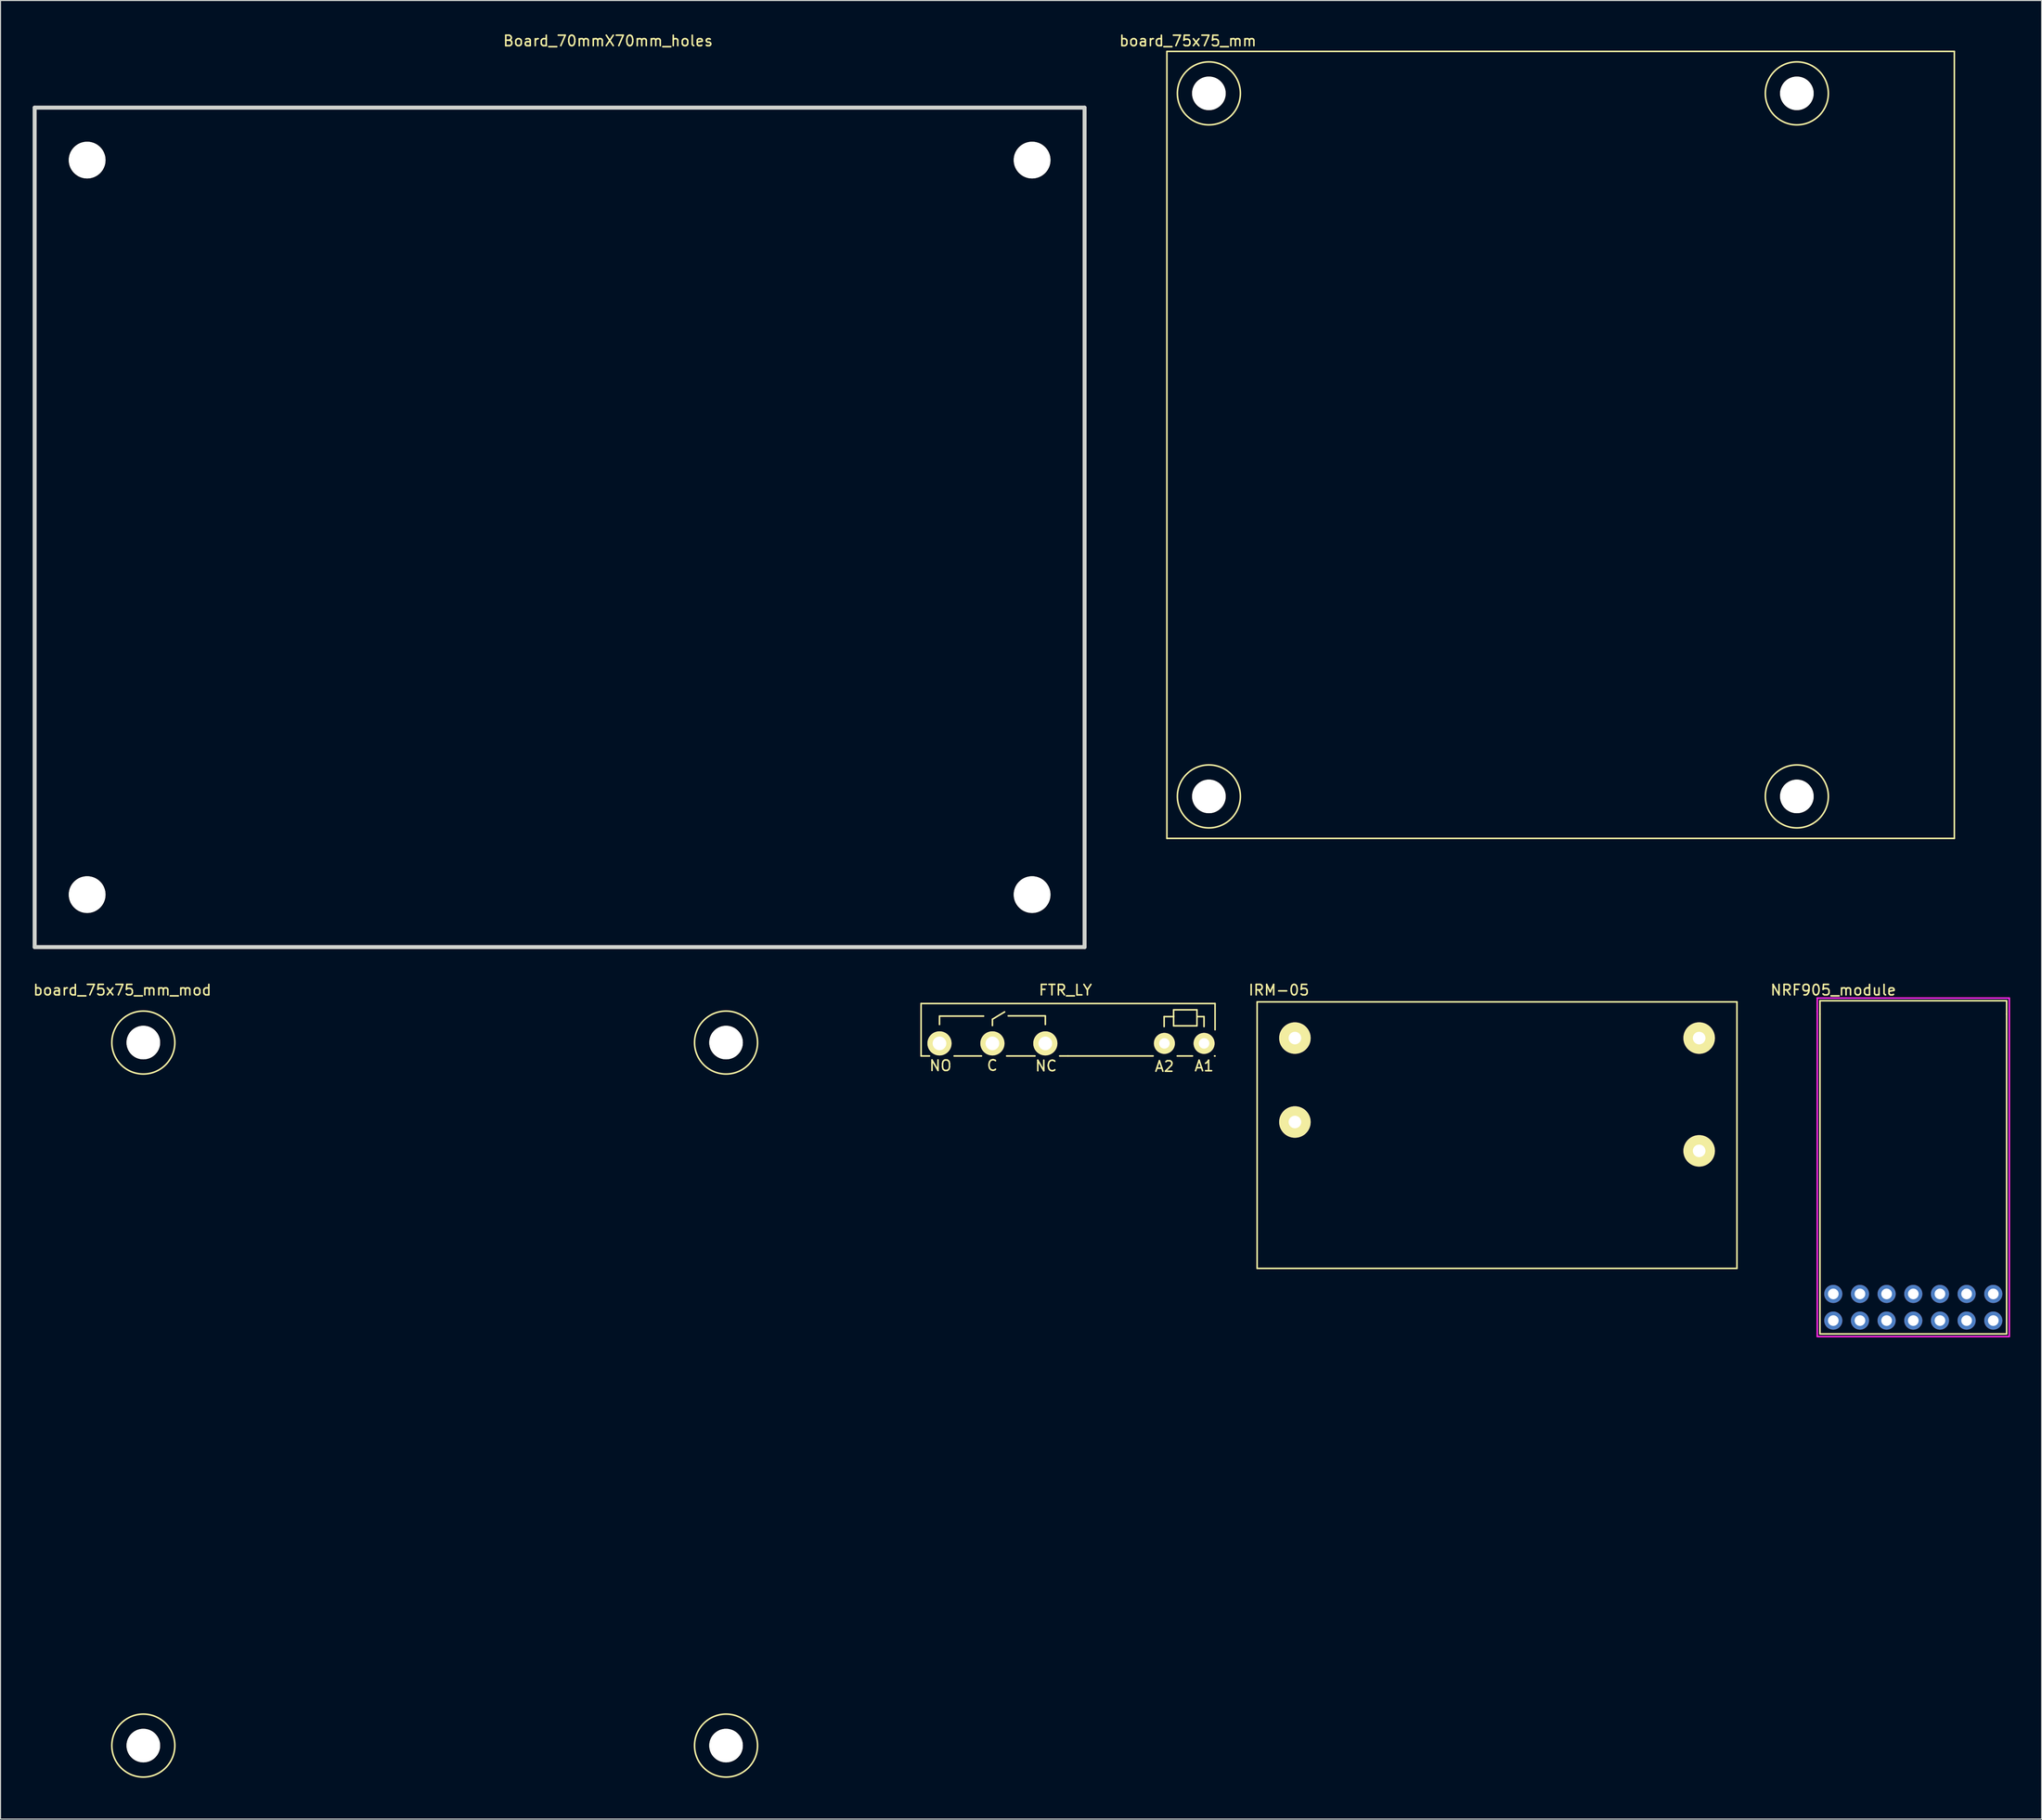
<source format=kicad_pcb>
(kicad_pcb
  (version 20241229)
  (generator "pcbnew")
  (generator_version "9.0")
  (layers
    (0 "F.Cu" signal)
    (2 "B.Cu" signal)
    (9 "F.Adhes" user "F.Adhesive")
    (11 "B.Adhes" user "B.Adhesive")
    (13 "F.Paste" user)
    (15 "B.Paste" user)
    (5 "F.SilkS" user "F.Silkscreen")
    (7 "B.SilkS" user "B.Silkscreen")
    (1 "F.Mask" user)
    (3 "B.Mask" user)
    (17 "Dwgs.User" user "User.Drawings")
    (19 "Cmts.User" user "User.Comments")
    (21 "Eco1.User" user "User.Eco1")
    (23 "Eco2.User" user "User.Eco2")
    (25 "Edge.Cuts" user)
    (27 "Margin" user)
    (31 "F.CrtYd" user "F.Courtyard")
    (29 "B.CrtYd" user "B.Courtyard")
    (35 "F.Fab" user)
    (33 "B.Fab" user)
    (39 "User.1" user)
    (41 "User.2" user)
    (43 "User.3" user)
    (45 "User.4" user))
  (footprint "board_75x75_mm"
    (layer "F.Cu")
    (at 108.089 1.848)
    (property "Reference" "board_75x75_mm" (at 2 -1 0) (layer "F.SilkS") (effects (font (size 1 1) (thickness 0.15))))
    (attr through_hole)
    (fp_line (start 0 0) (end 75 0) (stroke (width 0.15) (type solid)) (layer "F.SilkS"))
    (fp_line (start 0 75) (end 0 0) (stroke (width 0.15) (type solid)) (layer "F.SilkS"))
    (fp_line (start 75 0) (end 75 75) (stroke (width 0.15) (type solid)) (layer "F.SilkS"))
    (fp_line (start 75 75) (end 0 75) (stroke (width 0.15) (type solid)) (layer "F.SilkS"))
    (fp_circle (center 4 4) (end 7 4) (stroke (width 0.15) (type solid)) (fill no) (layer "F.SilkS"))
    (fp_circle (center 4 71) (end 7 71) (stroke (width 0.15) (type solid)) (fill no) (layer "F.SilkS"))
    (fp_circle (center 60 4) (end 63 4) (stroke (width 0.15) (type solid)) (fill no) (layer "F.SilkS"))
    (fp_circle (center 60 71) (end 63 71) (stroke (width 0.15) (type solid)) (fill no) (layer "F.SilkS"))
    (pad "" np_thru_hole circle (at 4 4) (size 3.2 3.2) (drill 3.2) (layers "*.Cu" "*.Mask" "F.SilkS"))
    (pad "" np_thru_hole circle (at 4 71) (size 3.2 3.2) (drill 3.2) (layers "*.Cu" "*.Mask" "F.SilkS"))
    (pad "" np_thru_hole circle (at 60 4) (size 3.2 3.2) (drill 3.2) (layers "*.Cu" "*.Mask" "F.SilkS"))
    (pad "" np_thru_hole circle (at 60 71) (size 3.2 3.2) (drill 3.2) (layers "*.Cu" "*.Mask" "F.SilkS")))
  (footprint "board_75x75_mm_mod"
    (layer "F.Cu")
    (at 6.601 92.306)
    (property "Reference" "board_75x75_mm_mod" (at 2 -1 0) (layer "F.SilkS") (effects (font (size 1 1) (thickness 0.15))))
    (attr through_hole)
    (fp_circle (center 4 4) (end 7 4) (stroke (width 0.15) (type solid)) (fill no) (layer "F.SilkS"))
    (fp_circle (center 4 71) (end 7 71) (stroke (width 0.15) (type solid)) (fill no) (layer "F.SilkS"))
    (fp_circle (center 59.5 4) (end 62.5 4) (stroke (width 0.15) (type solid)) (fill no) (layer "F.SilkS"))
    (fp_circle (center 59.5 71) (end 62.5 71) (stroke (width 0.15) (type solid)) (fill no) (layer "F.SilkS"))
    (fp_line (start 0 0) (end 75 0) (stroke (width 0.001) (type solid)) (layer "Edge.Cuts"))
    (fp_line (start 0 75) (end 0 0) (stroke (width 0.001) (type solid)) (layer "Edge.Cuts"))
    (fp_line (start 75 0) (end 75 75) (stroke (width 0.001) (type solid)) (layer "Edge.Cuts"))
    (fp_line (start 75 75) (end 0 75) (stroke (width 0.001) (type solid)) (layer "Edge.Cuts"))
    (pad "" np_thru_hole circle (at 4 4) (size 3.2 3.2) (drill 3.2) (layers "*.Cu" "*.Mask" "F.SilkS"))
    (pad "" np_thru_hole circle (at 4 71) (size 3.2 3.2) (drill 3.2) (layers "*.Cu" "*.Mask" "F.SilkS"))
    (pad "" np_thru_hole circle (at 59.5 4) (size 3.2 3.2) (drill 3.2) (layers "*.Cu" "*.Mask" "F.SilkS"))
    (pad "" np_thru_hole circle (at 59.5 71) (size 3.2 3.2) (drill 3.2) (layers "*.Cu" "*.Mask" "F.SilkS")))
  (footprint "IRM-05"
    (layer "F.Cu")
    (at 120.283 95.879)
    (property "Reference" "IRM-05" (at -1.524 -4.572 0) (layer "F.SilkS") (effects (font (size 1 1) (thickness 0.15))))
    (attr through_hole)
    (fp_line (start -3.6 -3.45) (end -3.6 21.95) (stroke (width 0.15) (type solid)) (layer "F.SilkS"))
    (fp_line (start -3.6 -3.45) (end 42.1 -3.45) (stroke (width 0.15) (type solid)) (layer "F.SilkS"))
    (fp_line (start -3.6 21.95) (end 42.1 21.95) (stroke (width 0.15) (type solid)) (layer "F.SilkS"))
    (fp_line (start 42.1 21.95) (end 42.1 -3.45) (stroke (width 0.15) (type solid)) (layer "F.SilkS"))
    (pad "1" thru_hole circle (at 38.5 0 180) (size 3 3) (drill 1.2) (layers "*.Cu" "*.Mask" "F.SilkS"))
    (pad "2" thru_hole circle (at 38.5 10.75 180) (size 3 3) (drill 1.2) (layers "*.Cu" "*.Mask" "F.SilkS"))
    (pad "3" thru_hole circle (at 0 8 180) (size 3 3) (drill 1.2) (layers "*.Cu" "*.Mask" "F.SilkS"))
    (pad "4" thru_hole circle (at 0 0 180) (size 3 3) (drill 1.2) (layers "*.Cu" "*.Mask" "F.SilkS")))
  (footprint "Board_70mmX70mm_holes"
    (layer "F.Cu")
    (at 0.25 87.208)
    (property "Reference" "Board_70mmX70mm_holes" (at 54.61 -86.36 0) (layer "F.SilkS") (effects (font (size 1 1) (thickness 0.15))))
    (attr through_hole)
    (fp_line (start 0 -80) (end 100 -80) (stroke (width 0.381) (type solid)) (layer "Edge.Cuts"))
    (fp_line (start 0 0) (end 0 -80) (stroke (width 0.381) (type solid)) (layer "Edge.Cuts"))
    (fp_line (start 100 -80) (end 100 0) (stroke (width 0.381) (type solid)) (layer "Edge.Cuts"))
    (fp_line (start 100 0) (end 0 0) (stroke (width 0.381) (type solid)) (layer "Edge.Cuts"))
    (pad "" np_thru_hole circle (at 5.001 -75.001) (size 3.5 3.5) (drill 3.5) (layers "*.Cu" "*.Mask" "F.SilkS"))
    (pad "" np_thru_hole circle (at 5.001 -5.001) (size 3.5 3.5) (drill 3.5) (layers "*.Cu" "*.Mask" "F.SilkS"))
    (pad "" np_thru_hole circle (at 95.001 -75.001) (size 3.5 3.5) (drill 3.5) (layers "*.Cu" "*.Mask" "F.SilkS"))
    (pad "" np_thru_hole circle (at 95.001 -5.001) (size 3.5 3.5) (drill 3.5) (layers "*.Cu" "*.Mask" "F.SilkS")))
  (footprint "NRF905_module"
    (layer "F.Cu")
    (at 170.289 124.073)
    (property "Reference" "NRF905_module" (at 1.27 -32.766 0) (layer "F.SilkS") (effects (font (size 1 1) (thickness 0.15))))
    (attr through_hole)
    (fp_line (start 0 -31.75) (end 17.78 -31.75) (stroke (width 0.15) (type solid)) (layer "F.SilkS"))
    (fp_line (start 0 -30.48) (end 0 -31.75) (stroke (width 0.15) (type solid)) (layer "F.SilkS"))
    (fp_line (start 0 0) (end 0 -30.48) (stroke (width 0.15) (type solid)) (layer "F.SilkS"))
    (fp_line (start 17.78 -30.48) (end 17.78 -31.75) (stroke (width 0.15) (type solid)) (layer "F.SilkS"))
    (fp_line (start 17.78 -30.48) (end 17.78 0) (stroke (width 0.15) (type solid)) (layer "F.SilkS"))
    (fp_line (start 17.78 0) (end 0 0) (stroke (width 0.15) (type solid)) (layer "F.SilkS"))
    (fp_line (start -0.254 -32.004) (end -0.254 -30.734) (stroke (width 0.15) (type solid)) (layer "F.CrtYd"))
    (fp_line (start -0.254 0.254) (end -0.254 -30.734) (stroke (width 0.15) (type solid)) (layer "F.CrtYd"))
    (fp_line (start 18.034 -32.004) (end -0.254 -32.004) (stroke (width 0.15) (type solid)) (layer "F.CrtYd"))
    (fp_line (start 18.034 -30.734) (end 18.034 -32.004) (stroke (width 0.15) (type solid)) (layer "F.CrtYd"))
    (fp_line (start 18.034 -30.734) (end 18.034 0.254) (stroke (width 0.15) (type solid)) (layer "F.CrtYd"))
    (fp_line (start 18.034 0.254) (end -0.254 0.254) (stroke (width 0.15) (type solid)) (layer "F.CrtYd"))
    (pad "AM" thru_hole circle (at 8.89 -1.27) (size 1.727 1.727) (drill 1.016) (layers "*.Cu" "*.Mask"))
    (pad "CD" thru_hole circle (at 6.35 -3.81) (size 1.727 1.727) (drill 1.016) (layers "*.Cu" "*.Mask"))
    (pad "CE" thru_hole circle (at 3.81 -1.27) (size 1.727 1.727) (drill 1.016) (layers "*.Cu" "*.Mask"))
    (pad "CK" thru_hole circle (at 6.35 -1.27) (size 1.727 1.727) (drill 1.016) (layers "*.Cu" "*.Mask"))
    (pad "CSN" thru_hole circle (at 13.97 -3.81) (size 1.727 1.727) (drill 1.016) (layers "*.Cu" "*.Mask"))
    (pad "DR" thru_hole circle (at 8.89 -3.81) (size 1.727 1.727) (drill 1.016) (layers "*.Cu" "*.Mask"))
    (pad "GND" thru_hole circle (at 16.51 -3.81) (size 1.727 1.727) (drill 1.016) (layers "*.Cu" "*.Mask"))
    (pad "GND" thru_hole circle (at 16.51 -1.27) (size 1.727 1.727) (drill 1.016) (layers "*.Cu" "*.Mask"))
    (pad "PWR" thru_hole circle (at 3.81 -3.81) (size 1.727 1.727) (drill 1.016) (layers "*.Cu" "*.Mask"))
    (pad "SCK" thru_hole circle (at 13.97 -1.27) (size 1.727 1.727) (drill 1.016) (layers "*.Cu" "*.Mask"))
    (pad "SI" thru_hole circle (at 11.43 -3.81) (size 1.727 1.727) (drill 1.016) (layers "*.Cu" "*.Mask"))
    (pad "SO" thru_hole circle (at 11.43 -1.27) (size 1.727 1.727) (drill 1.016) (layers "*.Cu" "*.Mask"))
    (pad "TXEN" thru_hole circle (at 1.27 -3.81) (size 1.727 1.727) (drill 1.016) (layers "*.Cu" "*.Mask"))
    (pad "VCC" thru_hole circle (at 1.27 -1.27) (size 1.727 1.727) (drill 1.016) (layers "*.Cu" "*.Mask")))
  (footprint "FTR_LY"
    (layer "F.Cu")
    (at 111.631 96.386)
    (property "Reference" "FTR_LY" (at -13.208 -5.08 0) (layer "F.SilkS") (effects (font (size 1 1) (thickness 0.15))))
    (attr through_hole)
    (fp_line (start -26.954 -3.8) (end 1.046 -3.8) (stroke (width 0.15) (type solid)) (layer "F.SilkS"))
    (fp_line (start -26.954 1.2) (end -26.954 -3.8) (stroke (width 0.15) (type solid)) (layer "F.SilkS"))
    (fp_line (start -26.154 1.2) (end -26.954 1.2) (stroke (width 0.15) (type solid)) (layer "F.SilkS"))
    (fp_line (start -25.2 -2.6) (end -25.2 -1.8) (stroke (width 0.15) (type solid)) (layer "F.SilkS"))
    (fp_line (start -21.204 1.2) (end -23.805 1.2) (stroke (width 0.15) (type solid)) (layer "F.SilkS"))
    (fp_line (start -21 -2.6) (end -25.2 -2.6) (stroke (width 0.15) (type solid)) (layer "F.SilkS"))
    (fp_line (start -20.16 -2.3) (end -19 -3) (stroke (width 0.15) (type solid)) (layer "F.SilkS"))
    (fp_line (start -20.16 -1.7) (end -20.16 -2.3) (stroke (width 0.15) (type solid)) (layer "F.SilkS"))
    (fp_line (start -18.654 -2.624) (end -15.12 -2.624) (stroke (width 0.15) (type solid)) (layer "F.SilkS"))
    (fp_line (start -16.104 1.2) (end -18.804 1.2) (stroke (width 0.15) (type solid)) (layer "F.SilkS"))
    (fp_line (start -15.12 -2.6) (end -15.12 -1.8) (stroke (width 0.15) (type solid)) (layer "F.SilkS"))
    (fp_line (start -12.954 1.2) (end -13.754 1.2) (stroke (width 0.15) (type solid)) (layer "F.SilkS"))
    (fp_line (start -4.854 1.2) (end -12.954 1.2) (stroke (width 0.15) (type solid)) (layer "F.SilkS"))
    (fp_line (start -3.805 -2.55) (end -2.903 -2.55) (stroke (width 0.15) (type solid)) (layer "F.SilkS"))
    (fp_line (start -3.805 -1.6) (end -3.805 -2.55) (stroke (width 0.15) (type solid)) (layer "F.SilkS"))
    (fp_line (start -2.903 -3.2) (end -0.678 -3.2) (stroke (width 0.15) (type solid)) (layer "F.SilkS"))
    (fp_line (start -2.903 -2.55) (end -2.903 -3.2) (stroke (width 0.15) (type solid)) (layer "F.SilkS"))
    (fp_line (start -2.903 -1.674) (end -2.903 -2.601) (stroke (width 0.15) (type solid)) (layer "F.SilkS"))
    (fp_line (start -1.105 1.2) (end -2.555 1.2) (stroke (width 0.15) (type solid)) (layer "F.SilkS"))
    (fp_line (start -0.678 -3.2) (end -0.678 -1.674) (stroke (width 0.15) (type solid)) (layer "F.SilkS"))
    (fp_line (start -0.678 -1.674) (end -2.903 -1.674) (stroke (width 0.15) (type solid)) (layer "F.SilkS"))
    (fp_line (start -0.653 -2.55) (end -0.005 -2.55) (stroke (width 0.15) (type solid)) (layer "F.SilkS"))
    (fp_line (start -0.005 -2.55) (end -0.005 -1.6) (stroke (width 0.15) (type solid)) (layer "F.SilkS"))
    (fp_line (start 1.046 -3.8) (end 1.046 -1.3) (stroke (width 0.15) (type solid)) (layer "F.SilkS"))
    (fp_line (start 1.046 1.2) (end 0.996 1.2) (stroke (width 0.15) (type solid)) (layer "F.SilkS"))
    (fp_text user "NC" (at -15.052 2.149 0) (layer "F.SilkS") (effects (font (size 1 1) (thickness 0.15))))
    (fp_text user "A2" (at -3.78 2.197 0) (layer "F.SilkS") (effects (font (size 1 1) (thickness 0.15))))
    (fp_text user "C" (at -20.178 2.101 0) (layer "F.SilkS") (effects (font (size 1 1) (thickness 0.15))))
    (fp_text user "NO" (at -25.103 2.123 0) (layer "F.SilkS") (effects (font (size 1 1) (thickness 0.15))))
    (fp_text user "A1" (at 0 2.149 0) (layer "F.SilkS") (effects (font (size 1 1) (thickness 0.15))))
    (pad "1" thru_hole circle (at 0 0 180) (size 2 2) (drill 1) (layers "*.Cu" "*.Mask" "F.SilkS"))
    (pad "2" thru_hole circle (at -3.78 0 180) (size 2 2) (drill 1) (layers "*.Cu" "*.Mask" "F.SilkS"))
    (pad "3" thru_hole circle (at -15.12 0 180) (size 2.3 2.3) (drill 1.3) (layers "*.Cu" "*.Mask" "F.SilkS"))
    (pad "4" thru_hole circle (at -20.16 0 180) (size 2.3 2.3) (drill 1.3) (layers "*.Cu" "*.Mask" "F.SilkS"))
    (pad "5" thru_hole circle (at -25.2 0 180) (size 2.3 2.3) (drill 1.3) (layers "*.Cu" "*.Mask" "F.SilkS")))
  (gr_rect
    (start -3 -3)
    (end 191.398 170.307)
    (stroke (width 0.1) (type default))
    (fill no)
    (layer "Edge.Cuts")))
</source>
